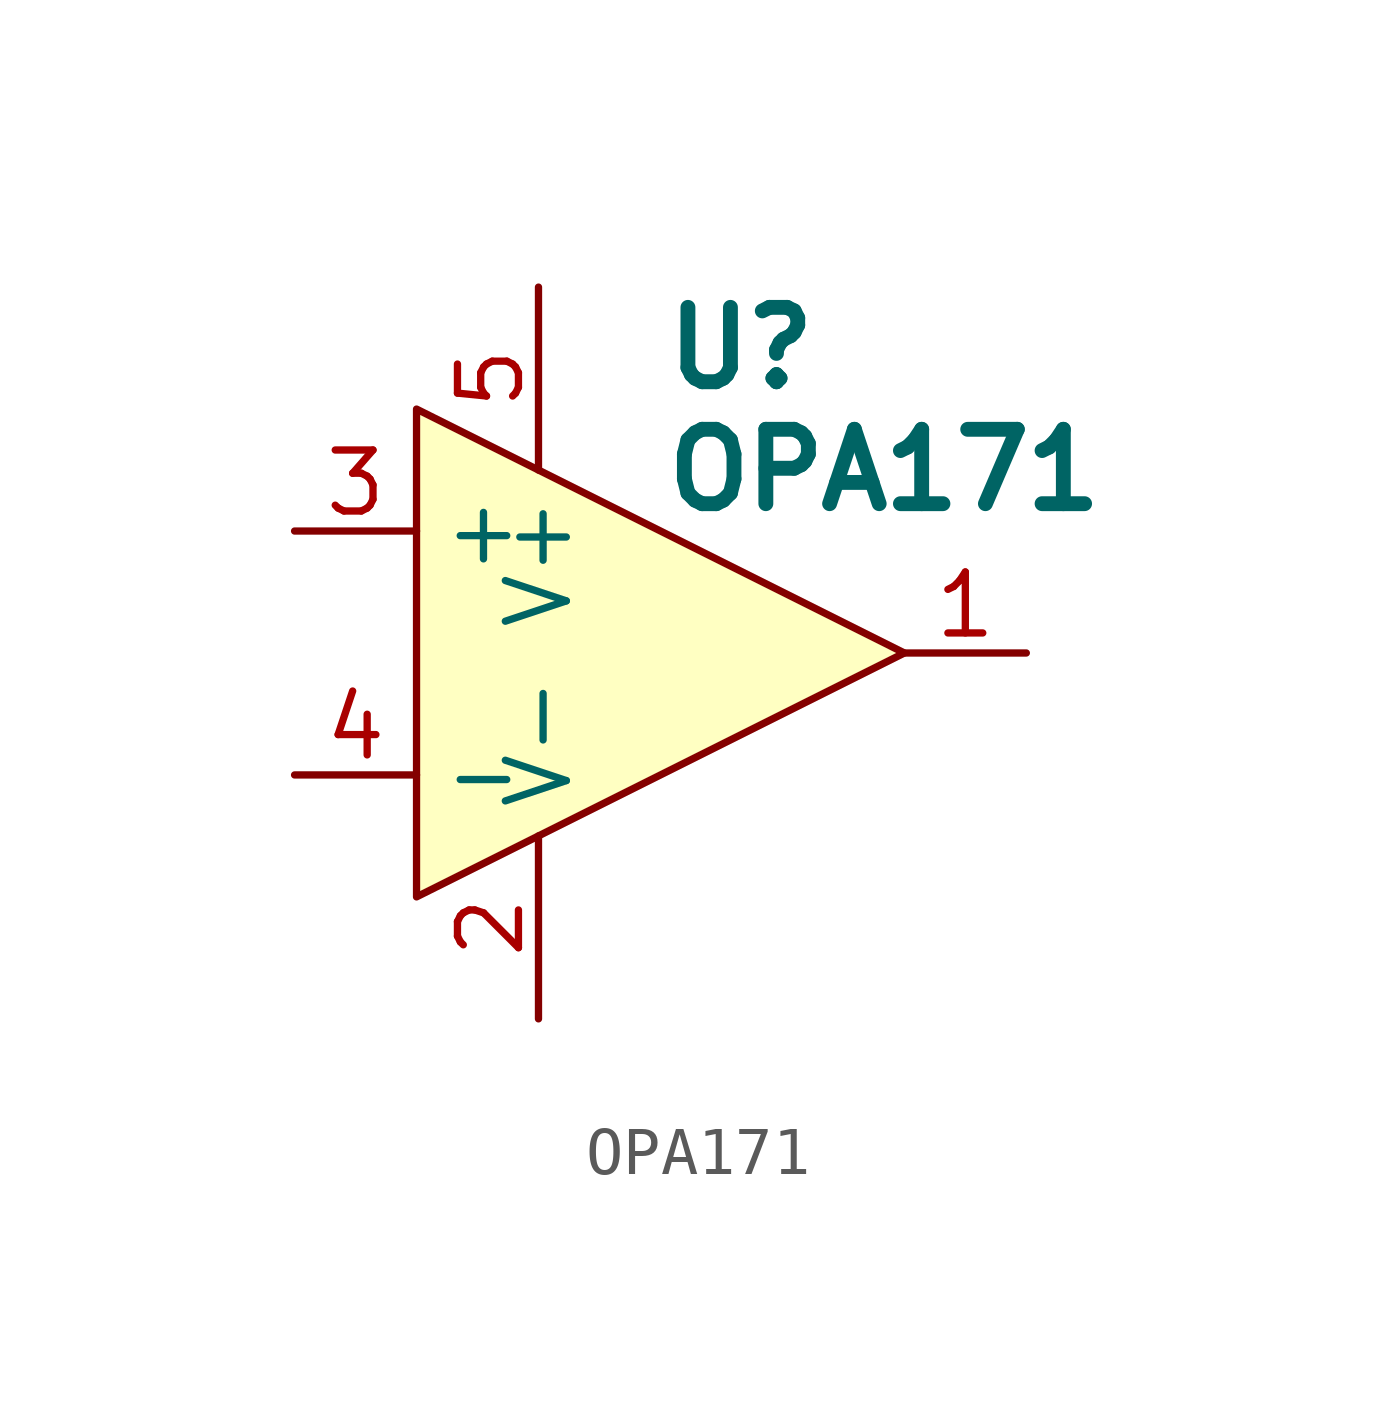
<source format=kicad_sym>
(kicad_symbol_lib
  (version 20211014)
  (generator kicad_symbol_editor)
  (symbol "OPA171"
    (property "Reference" "U"
      (at 0 6.35 0)
      (effects (font (size 1.549 1.549) bold) (justify left)))
    (property "Value" "OPA171"
      (at 0 3.81 0)
      (effects (font (size 1.549 1.549) bold) (justify left)))
    (property "Footprint" ""
      (at 1.27 5.08 0)
      (effects (font (size 1.27 1.27))))
    (property "Datasheet" ""
      (at 0 6.35 0)
      (effects (font (size 1.27 1.27))))
    (symbol "OPA171_0_1"
      (polyline (pts (xy -5.08 5.08) (xy 5.08 0) (xy -5.08 -5.08) (xy -5.08 5.08)) (stroke (width 0.152) (type default) (color 0 0 0 0)) (fill (type background))))
    (symbol "OPA171_1_1"
      (pin output line (at 7.62 0 180) (length 2.54) (name "~" (effects (font (size 1.27 1.27)))) (number "1" (effects (font (size 1.27 1.27)))))
      (pin passive line (at -2.54 -7.62 90) (length 3.81) (name "V-" (effects (font (size 1.27 1.27)))) (number "2" (effects (font (size 1.27 1.27)))))
      (pin input line (at -7.62 2.54 0) (length 2.54) (name "+" (effects (font (size 1.27 1.27)))) (number "3" (effects (font (size 1.27 1.27)))))
      (pin input line (at -7.62 -2.54 0) (length 2.54) (name "-" (effects (font (size 1.27 1.27)))) (number "4" (effects (font (size 1.27 1.27)))))
      (pin passive line (at -2.54 7.62 270) (length 3.81) (name "V+" (effects (font (size 1.27 1.27)))) (number "5" (effects (font (size 1.27 1.27))))))))
</source>
